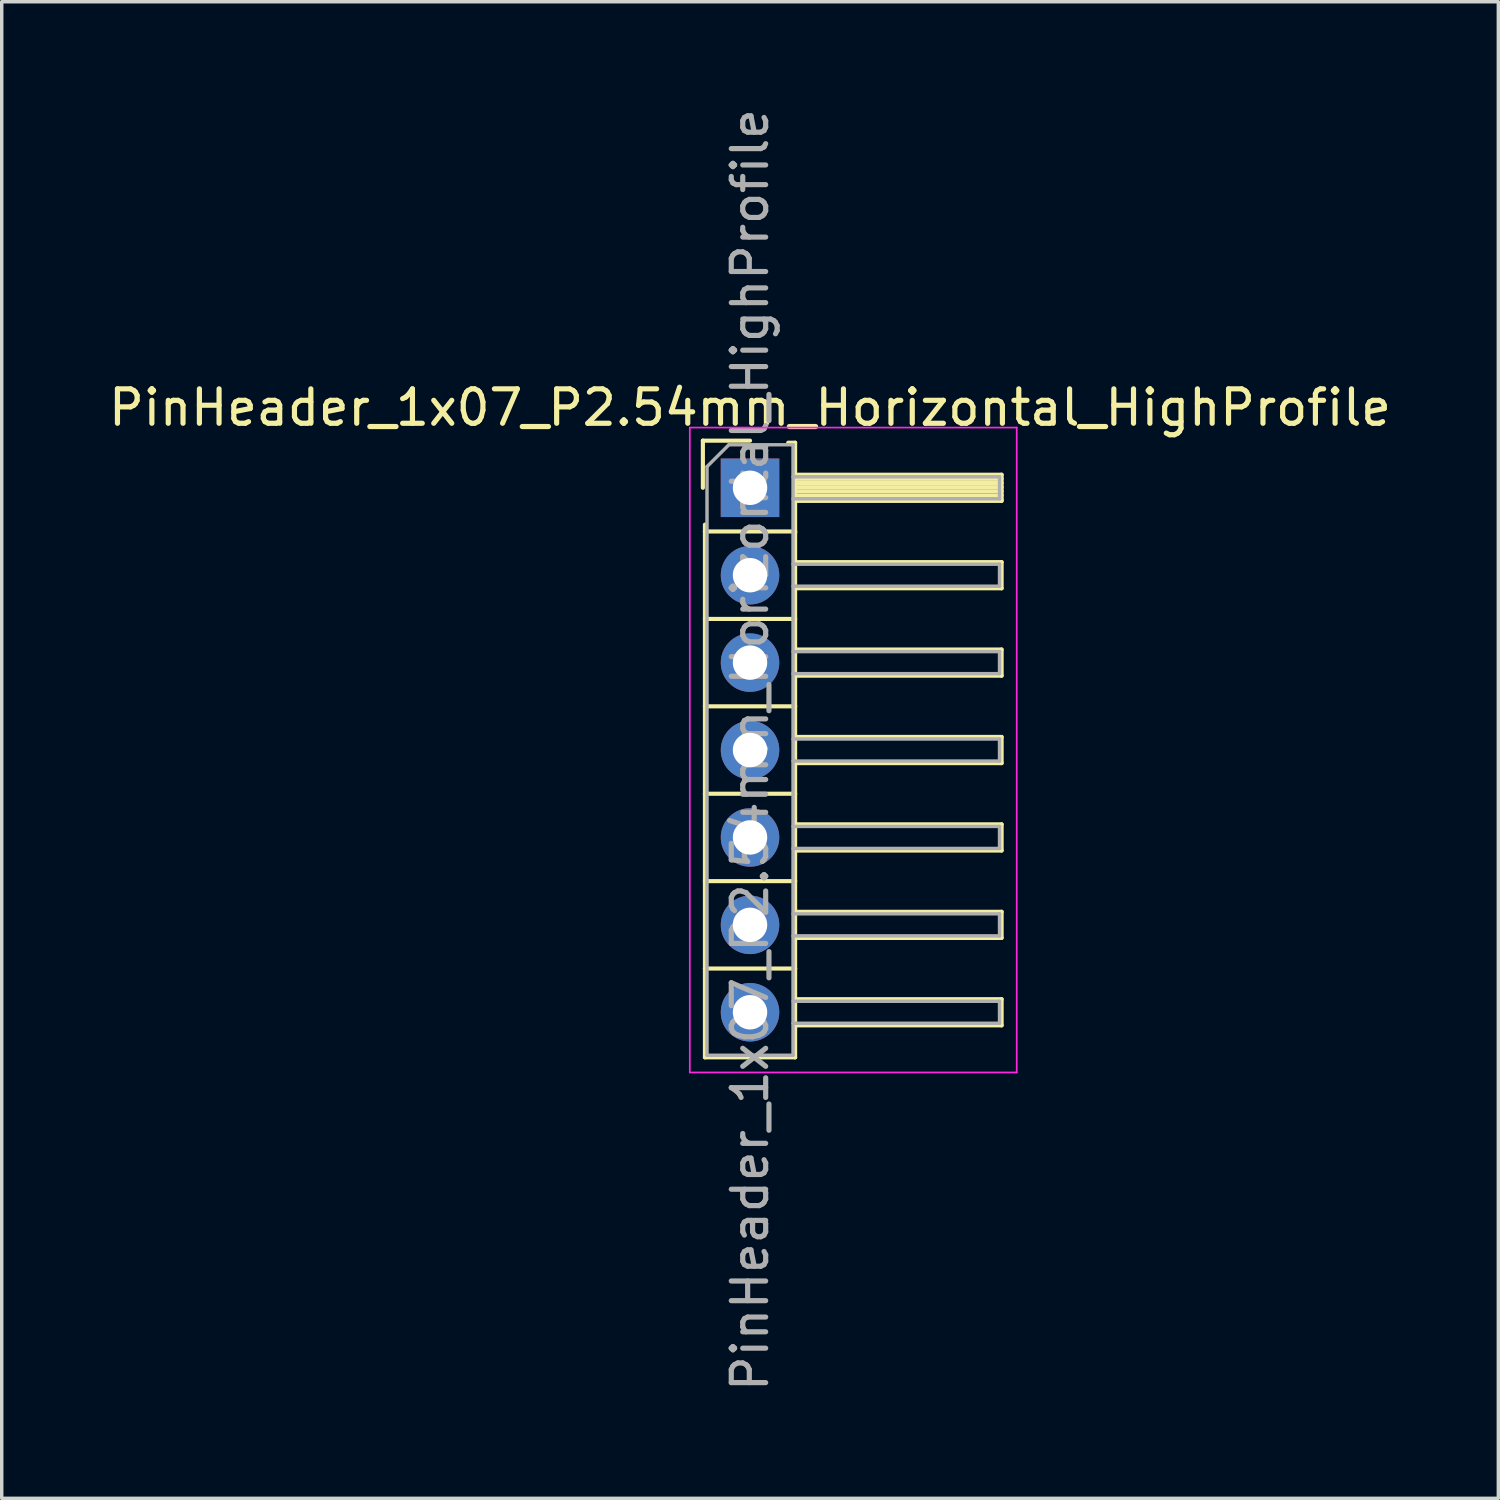
<source format=kicad_pcb>
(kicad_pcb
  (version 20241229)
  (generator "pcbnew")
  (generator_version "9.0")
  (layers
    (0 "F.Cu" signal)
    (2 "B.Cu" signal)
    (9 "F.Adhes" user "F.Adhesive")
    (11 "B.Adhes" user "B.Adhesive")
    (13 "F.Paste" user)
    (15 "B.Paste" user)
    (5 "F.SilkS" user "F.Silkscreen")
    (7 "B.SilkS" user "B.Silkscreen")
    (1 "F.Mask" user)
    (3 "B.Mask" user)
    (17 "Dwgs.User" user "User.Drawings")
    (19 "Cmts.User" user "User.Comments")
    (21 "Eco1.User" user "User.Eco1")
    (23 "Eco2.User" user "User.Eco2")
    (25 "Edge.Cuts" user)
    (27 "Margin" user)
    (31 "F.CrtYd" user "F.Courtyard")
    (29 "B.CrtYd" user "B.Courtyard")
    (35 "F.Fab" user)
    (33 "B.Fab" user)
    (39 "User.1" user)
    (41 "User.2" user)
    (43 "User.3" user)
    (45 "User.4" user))
  (footprint "PinHeader_1x07_P2.54mm_Horizontal_HighProfile"
    (layer "F.Cu")
    (at 18.744 11.124)
    (property "Reference" "PinHeader_1x07_P2.54mm_Horizontal_HighProfile" (at 0 -2.33 0) (layer "F.SilkS") (effects (font (size 1 1) (thickness 0.15))))
    (attr through_hole)
    (fp_line (start -1.37 -1.37) (end -1.37 0) (stroke (width 0.12) (type solid)) (layer "F.SilkS"))
    (fp_line (start -1.37 -1.37) (end 0 -1.37) (stroke (width 0.12) (type solid)) (layer "F.SilkS"))
    (fp_line (start -1.31 1.27) (end -1.31 1.07) (stroke (width 0.12) (type solid)) (layer "F.SilkS"))
    (fp_line (start -1.31 1.27) (end -1.31 3.81) (stroke (width 0.12) (type solid)) (layer "F.SilkS"))
    (fp_line (start -1.31 1.27) (end 1.31 1.27) (stroke (width 0.12) (type solid)) (layer "F.SilkS"))
    (fp_line (start -1.31 3.81) (end -1.31 6.35) (stroke (width 0.12) (type solid)) (layer "F.SilkS"))
    (fp_line (start -1.31 3.81) (end 1.31 3.81) (stroke (width 0.12) (type solid)) (layer "F.SilkS"))
    (fp_line (start -1.31 6.35) (end -1.31 8.89) (stroke (width 0.12) (type solid)) (layer "F.SilkS"))
    (fp_line (start -1.31 6.35) (end 1.31 6.35) (stroke (width 0.12) (type solid)) (layer "F.SilkS"))
    (fp_line (start -1.31 8.89) (end -1.31 11.43) (stroke (width 0.12) (type solid)) (layer "F.SilkS"))
    (fp_line (start -1.31 8.89) (end 1.31 8.89) (stroke (width 0.12) (type solid)) (layer "F.SilkS"))
    (fp_line (start -1.31 11.43) (end -1.31 13.97) (stroke (width 0.12) (type solid)) (layer "F.SilkS"))
    (fp_line (start -1.31 11.43) (end 1.31 11.43) (stroke (width 0.12) (type solid)) (layer "F.SilkS"))
    (fp_line (start -1.31 13.97) (end -1.31 16.55) (stroke (width 0.12) (type solid)) (layer "F.SilkS"))
    (fp_line (start -1.31 13.97) (end 1.31 13.97) (stroke (width 0.12) (type solid)) (layer "F.SilkS"))
    (fp_line (start -1.31 16.55) (end 1.31 16.55) (stroke (width 0.12) (type solid)) (layer "F.SilkS"))
    (fp_line (start 1.11 -1.31) (end 1.31 -1.31) (stroke (width 0.12) (type solid)) (layer "F.SilkS"))
    (fp_line (start 1.31 -1.31) (end 1.31 1.31) (stroke (width 0.12) (type solid)) (layer "F.SilkS"))
    (fp_line (start 1.31 -0.38) (end 7.31 -0.38) (stroke (width 0.12) (type solid)) (layer "F.SilkS"))
    (fp_line (start 1.31 -0.26) (end 7.31 -0.26) (stroke (width 0.12) (type solid)) (layer "F.SilkS"))
    (fp_line (start 1.31 -0.14) (end 7.31 -0.14) (stroke (width 0.12) (type solid)) (layer "F.SilkS"))
    (fp_line (start 1.31 -0.02) (end 7.31 -0.02) (stroke (width 0.12) (type solid)) (layer "F.SilkS"))
    (fp_line (start 1.31 0.1) (end 7.31 0.1) (stroke (width 0.12) (type solid)) (layer "F.SilkS"))
    (fp_line (start 1.31 0.22) (end 7.31 0.22) (stroke (width 0.12) (type solid)) (layer "F.SilkS"))
    (fp_line (start 1.31 0.34) (end 7.31 0.34) (stroke (width 0.12) (type solid)) (layer "F.SilkS"))
    (fp_line (start 1.31 0.38) (end 7.31 0.38) (stroke (width 0.12) (type solid)) (layer "F.SilkS"))
    (fp_line (start 1.31 1.27) (end 1.31 3.81) (stroke (width 0.12) (type solid)) (layer "F.SilkS"))
    (fp_line (start 1.31 2.16) (end 7.31 2.16) (stroke (width 0.12) (type solid)) (layer "F.SilkS"))
    (fp_line (start 1.31 2.92) (end 7.31 2.92) (stroke (width 0.12) (type solid)) (layer "F.SilkS"))
    (fp_line (start 1.31 3.81) (end 1.31 6.35) (stroke (width 0.12) (type solid)) (layer "F.SilkS"))
    (fp_line (start 1.31 4.7) (end 7.31 4.7) (stroke (width 0.12) (type solid)) (layer "F.SilkS"))
    (fp_line (start 1.31 5.46) (end 7.31 5.46) (stroke (width 0.12) (type solid)) (layer "F.SilkS"))
    (fp_line (start 1.31 6.35) (end 1.31 8.89) (stroke (width 0.12) (type solid)) (layer "F.SilkS"))
    (fp_line (start 1.31 7.24) (end 7.31 7.24) (stroke (width 0.12) (type solid)) (layer "F.SilkS"))
    (fp_line (start 1.31 8) (end 7.31 8) (stroke (width 0.12) (type solid)) (layer "F.SilkS"))
    (fp_line (start 1.31 8.89) (end 1.31 11.43) (stroke (width 0.12) (type solid)) (layer "F.SilkS"))
    (fp_line (start 1.31 9.78) (end 7.31 9.78) (stroke (width 0.12) (type solid)) (layer "F.SilkS"))
    (fp_line (start 1.31 10.54) (end 7.31 10.54) (stroke (width 0.12) (type solid)) (layer "F.SilkS"))
    (fp_line (start 1.31 11.43) (end 1.31 13.97) (stroke (width 0.12) (type solid)) (layer "F.SilkS"))
    (fp_line (start 1.31 12.32) (end 7.31 12.32) (stroke (width 0.12) (type solid)) (layer "F.SilkS"))
    (fp_line (start 1.31 13.08) (end 7.31 13.08) (stroke (width 0.12) (type solid)) (layer "F.SilkS"))
    (fp_line (start 1.31 13.97) (end 1.31 16.55) (stroke (width 0.12) (type solid)) (layer "F.SilkS"))
    (fp_line (start 1.31 14.86) (end 7.31 14.86) (stroke (width 0.12) (type solid)) (layer "F.SilkS"))
    (fp_line (start 1.31 15.62) (end 7.31 15.62) (stroke (width 0.12) (type solid)) (layer "F.SilkS"))
    (fp_line (start 7.31 -0.38) (end 7.31 0.38) (stroke (width 0.12) (type solid)) (layer "F.SilkS"))
    (fp_line (start 7.31 2.16) (end 7.31 2.92) (stroke (width 0.12) (type solid)) (layer "F.SilkS"))
    (fp_line (start 7.31 4.7) (end 7.31 5.46) (stroke (width 0.12) (type solid)) (layer "F.SilkS"))
    (fp_line (start 7.31 7.24) (end 7.31 8) (stroke (width 0.12) (type solid)) (layer "F.SilkS"))
    (fp_line (start 7.31 9.78) (end 7.31 10.54) (stroke (width 0.12) (type solid)) (layer "F.SilkS"))
    (fp_line (start 7.31 12.32) (end 7.31 13.08) (stroke (width 0.12) (type solid)) (layer "F.SilkS"))
    (fp_line (start 7.31 14.86) (end 7.31 15.62) (stroke (width 0.12) (type solid)) (layer "F.SilkS"))
    (fp_line (start -1.75 -1.75) (end -1.75 16.99) (stroke (width 0.05) (type solid)) (layer "F.CrtYd"))
    (fp_line (start -1.75 -1.75) (end 7.75 -1.75) (stroke (width 0.05) (type solid)) (layer "F.CrtYd"))
    (fp_line (start -1.75 16.99) (end 7.75 16.99) (stroke (width 0.05) (type solid)) (layer "F.CrtYd"))
    (fp_line (start 7.75 -1.75) (end 7.75 16.99) (stroke (width 0.05) (type solid)) (layer "F.CrtYd"))
    (fp_line (start -1.25 -0.615) (end -1.25 16.49) (stroke (width 0.1) (type solid)) (layer "F.Fab"))
    (fp_line (start -1.25 -0.615) (end -0.615 -1.25) (stroke (width 0.1) (type solid)) (layer "F.Fab"))
    (fp_line (start -1.25 16.49) (end 1.25 16.49) (stroke (width 0.1) (type solid)) (layer "F.Fab"))
    (fp_line (start -0.615 -1.25) (end 1.25 -1.25) (stroke (width 0.1) (type solid)) (layer "F.Fab"))
    (fp_line (start 1.25 -1.25) (end 1.25 16.49) (stroke (width 0.1) (type solid)) (layer "F.Fab"))
    (fp_line (start 1.25 -0.32) (end 7.25 -0.32) (stroke (width 0.1) (type solid)) (layer "F.Fab"))
    (fp_line (start 1.25 0.32) (end 7.25 0.32) (stroke (width 0.1) (type solid)) (layer "F.Fab"))
    (fp_line (start 1.25 2.22) (end 7.25 2.22) (stroke (width 0.1) (type solid)) (layer "F.Fab"))
    (fp_line (start 1.25 2.86) (end 7.25 2.86) (stroke (width 0.1) (type solid)) (layer "F.Fab"))
    (fp_line (start 1.25 4.76) (end 7.25 4.76) (stroke (width 0.1) (type solid)) (layer "F.Fab"))
    (fp_line (start 1.25 5.4) (end 7.25 5.4) (stroke (width 0.1) (type solid)) (layer "F.Fab"))
    (fp_line (start 1.25 7.3) (end 7.25 7.3) (stroke (width 0.1) (type solid)) (layer "F.Fab"))
    (fp_line (start 1.25 7.94) (end 7.25 7.94) (stroke (width 0.1) (type solid)) (layer "F.Fab"))
    (fp_line (start 1.25 9.84) (end 7.25 9.84) (stroke (width 0.1) (type solid)) (layer "F.Fab"))
    (fp_line (start 1.25 10.48) (end 7.25 10.48) (stroke (width 0.1) (type solid)) (layer "F.Fab"))
    (fp_line (start 1.25 12.38) (end 7.25 12.38) (stroke (width 0.1) (type solid)) (layer "F.Fab"))
    (fp_line (start 1.25 13.02) (end 7.25 13.02) (stroke (width 0.1) (type solid)) (layer "F.Fab"))
    (fp_line (start 1.25 14.92) (end 7.25 14.92) (stroke (width 0.1) (type solid)) (layer "F.Fab"))
    (fp_line (start 1.25 15.56) (end 7.25 15.56) (stroke (width 0.1) (type solid)) (layer "F.Fab"))
    (fp_line (start 7.25 -0.32) (end 7.25 0.32) (stroke (width 0.1) (type solid)) (layer "F.Fab"))
    (fp_line (start 7.25 2.22) (end 7.25 2.86) (stroke (width 0.1) (type solid)) (layer "F.Fab"))
    (fp_line (start 7.25 4.76) (end 7.25 5.4) (stroke (width 0.1) (type solid)) (layer "F.Fab"))
    (fp_line (start 7.25 7.3) (end 7.25 7.94) (stroke (width 0.1) (type solid)) (layer "F.Fab"))
    (fp_line (start 7.25 9.84) (end 7.25 10.48) (stroke (width 0.1) (type solid)) (layer "F.Fab"))
    (fp_line (start 7.25 12.38) (end 7.25 13.02) (stroke (width 0.1) (type solid)) (layer "F.Fab"))
    (fp_line (start 7.25 14.92) (end 7.25 15.56) (stroke (width 0.1) (type solid)) (layer "F.Fab"))
    (fp_text user "${REFERENCE}" (at 0 7.62 90) (layer "F.Fab") (effects (font (size 1 1) (thickness 0.15))))
    (pad "1" thru_hole rect (at 0 0) (size 1.7 1.7) (drill 1) (layers "*.Cu" "*.Mask"))
    (pad "2" thru_hole oval (at 0 2.54) (size 1.7 1.7) (drill 1) (layers "*.Cu" "*.Mask"))
    (pad "3" thru_hole oval (at 0 5.08) (size 1.7 1.7) (drill 1) (layers "*.Cu" "*.Mask"))
    (pad "4" thru_hole oval (at 0 7.62) (size 1.7 1.7) (drill 1) (layers "*.Cu" "*.Mask"))
    (pad "5" thru_hole oval (at 0 10.16) (size 1.7 1.7) (drill 1) (layers "*.Cu" "*.Mask"))
    (pad "6" thru_hole oval (at 0 12.7) (size 1.7 1.7) (drill 1) (layers "*.Cu" "*.Mask"))
    (pad "7" thru_hole oval (at 0 15.24) (size 1.7 1.7) (drill 1) (layers "*.Cu" "*.Mask")))
  (gr_rect
    (start -3 -3)
    (end 40.488 40.488)
    (stroke (width 0.1) (type default))
    (fill no)
    (layer "Edge.Cuts")))
</source>
